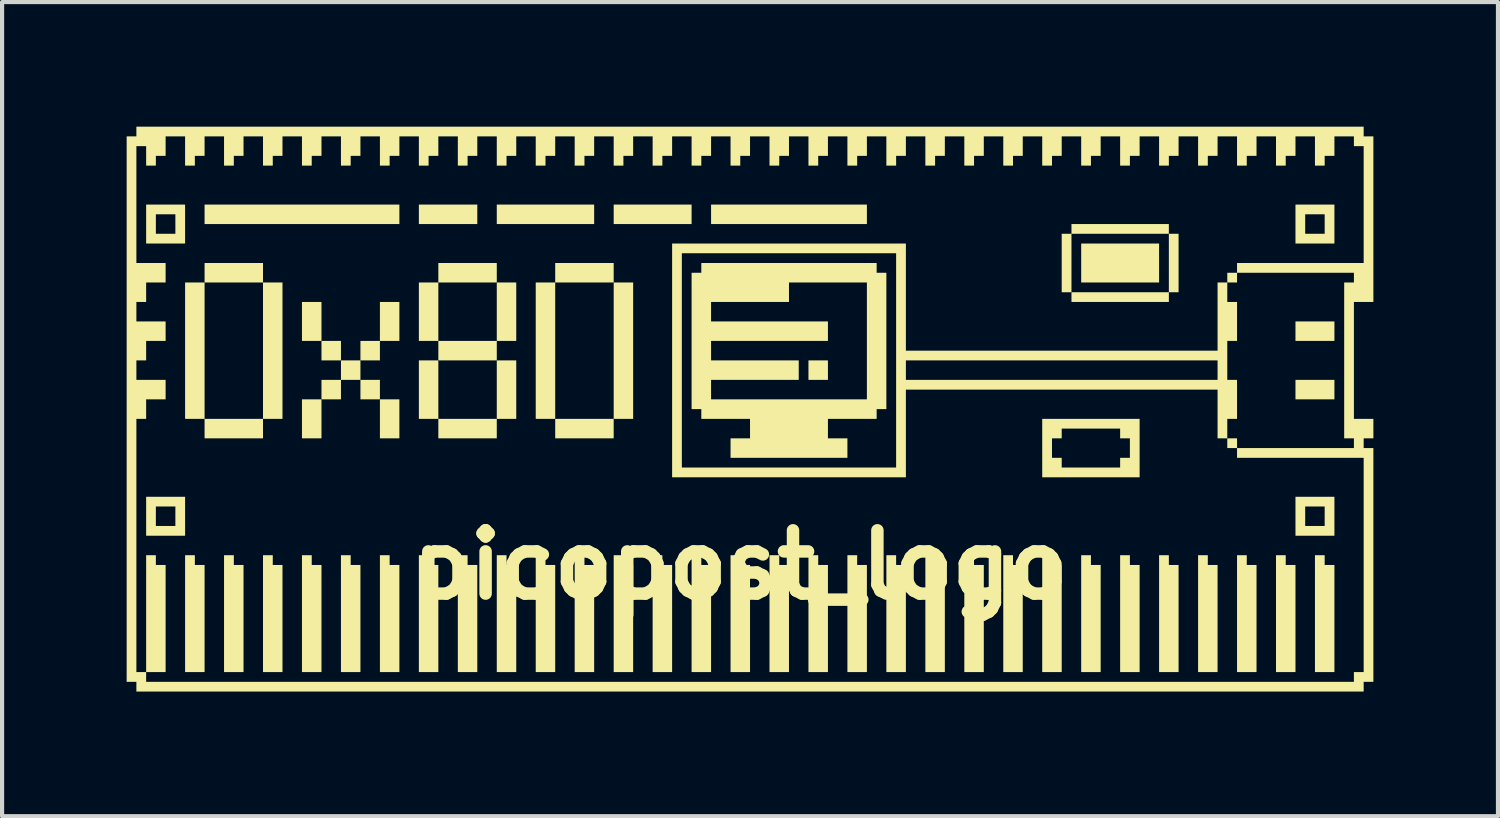
<source format=kicad_pcb>
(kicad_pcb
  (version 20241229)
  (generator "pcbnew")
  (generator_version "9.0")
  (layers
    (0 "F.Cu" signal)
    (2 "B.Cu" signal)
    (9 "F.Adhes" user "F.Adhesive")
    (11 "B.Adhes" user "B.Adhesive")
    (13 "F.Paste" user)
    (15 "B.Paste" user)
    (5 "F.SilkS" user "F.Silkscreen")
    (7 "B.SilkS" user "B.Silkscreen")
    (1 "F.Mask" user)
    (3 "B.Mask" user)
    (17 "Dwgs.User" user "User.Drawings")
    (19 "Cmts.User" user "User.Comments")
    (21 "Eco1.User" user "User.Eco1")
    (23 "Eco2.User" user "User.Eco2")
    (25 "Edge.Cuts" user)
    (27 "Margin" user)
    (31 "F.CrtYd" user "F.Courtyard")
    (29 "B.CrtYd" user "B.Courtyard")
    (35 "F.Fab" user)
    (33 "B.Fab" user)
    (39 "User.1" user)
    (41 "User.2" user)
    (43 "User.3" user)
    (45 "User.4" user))
  (footprint "picopost_logo"
    (layer "F.Cu")
    (at 15.01 6.801)
    (property "Reference" "picopost_logo" (at -0.235 3.753 0) (layer "F.SilkS") (effects (font (size 1.524 1.524) (thickness 0.3))))
    (attr board_only exclude_from_pos_files exclude_from_bom)
    (fp_poly (pts (xy -10.319 -1.642) (xy -10.789 -1.642) (xy -10.789 -2.58) (xy -10.319 -2.58)) (stroke (width 0) (type solid)) (fill yes) (layer "F.SilkS"))
    (fp_poly (pts (xy -10.319 0.704) (xy -10.789 0.704) (xy -10.789 -0.235) (xy -10.319 -0.235)) (stroke (width 0) (type solid)) (fill yes) (layer "F.SilkS"))
    (fp_poly (pts (xy -9.85 -1.173) (xy -10.319 -1.173) (xy -10.319 -1.642) (xy -9.85 -1.642)) (stroke (width 0) (type solid)) (fill yes) (layer "F.SilkS"))
    (fp_poly (pts (xy -9.85 -0.235) (xy -10.319 -0.235) (xy -10.319 -0.704) (xy -9.85 -0.704)) (stroke (width 0) (type solid)) (fill yes) (layer "F.SilkS"))
    (fp_poly (pts (xy -9.381 -0.704) (xy -9.85 -0.704) (xy -9.85 -1.173) (xy -9.381 -1.173)) (stroke (width 0) (type solid)) (fill yes) (layer "F.SilkS"))
    (fp_poly (pts (xy -8.912 -1.173) (xy -9.381 -1.173) (xy -9.381 -1.642) (xy -8.912 -1.642)) (stroke (width 0) (type solid)) (fill yes) (layer "F.SilkS"))
    (fp_poly (pts (xy -8.912 -0.235) (xy -9.381 -0.235) (xy -9.381 -0.704) (xy -8.912 -0.704)) (stroke (width 0) (type solid)) (fill yes) (layer "F.SilkS"))
    (fp_poly (pts (xy -8.443 -4.456) (xy -13.134 -4.456) (xy -13.134 -4.925) (xy -8.443 -4.925)) (stroke (width 0) (type solid)) (fill yes) (layer "F.SilkS"))
    (fp_poly (pts (xy -8.443 -1.642) (xy -8.912 -1.642) (xy -8.912 -2.58) (xy -8.443 -2.58)) (stroke (width 0) (type solid)) (fill yes) (layer "F.SilkS"))
    (fp_poly (pts (xy -8.443 0.704) (xy -8.912 0.704) (xy -8.912 -0.235) (xy -8.443 -0.235)) (stroke (width 0) (type solid)) (fill yes) (layer "F.SilkS"))
    (fp_poly (pts (xy -7.505 0.235) (xy -7.974 0.235) (xy -7.974 -1.173) (xy -7.505 -1.173)) (stroke (width 0) (type solid)) (fill yes) (layer "F.SilkS"))
    (fp_poly (pts (xy -6.567 -4.456) (xy -7.974 -4.456) (xy -7.974 -4.925) (xy -6.567 -4.925)) (stroke (width 0) (type solid)) (fill yes) (layer "F.SilkS"))
    (fp_poly (pts (xy -6.098 0.704) (xy -7.505 0.704) (xy -7.505 0.235) (xy -6.098 0.235)) (stroke (width 0) (type solid)) (fill yes) (layer "F.SilkS"))
    (fp_poly (pts (xy -5.629 0.235) (xy -6.098 0.235) (xy -6.098 -1.173) (xy -5.629 -1.173)) (stroke (width 0) (type solid)) (fill yes) (layer "F.SilkS"))
    (fp_poly (pts (xy -3.753 -4.456) (xy -6.098 -4.456) (xy -6.098 -4.925) (xy -3.753 -4.925)) (stroke (width 0) (type solid)) (fill yes) (layer "F.SilkS"))
    (fp_poly (pts (xy -1.407 -4.456) (xy -3.283 -4.456) (xy -3.283 -4.925) (xy -1.407 -4.925)) (stroke (width 0) (type solid)) (fill yes) (layer "F.SilkS"))
    (fp_poly (pts (xy 1.876 -0.704) (xy 1.407 -0.704) (xy 1.407 -1.173) (xy 1.876 -1.173)) (stroke (width 0) (type solid)) (fill yes) (layer "F.SilkS"))
    (fp_poly (pts (xy 2.814 -4.456) (xy -0.938 -4.456) (xy -0.938 -4.925) (xy 2.814 -4.925)) (stroke (width 0) (type solid)) (fill yes) (layer "F.SilkS"))
    (fp_poly (pts (xy 9.85 -3.049) (xy 7.974 -3.049) (xy 7.974 -3.987) (xy 9.85 -3.987)) (stroke (width 0) (type solid)) (fill yes) (layer "F.SilkS"))
    (fp_poly (pts (xy 11.727 -3.049) (xy 11.492 -3.049) (xy 11.492 -3.283) (xy 11.727 -3.283)) (stroke (width 0) (type solid)) (fill yes) (layer "F.SilkS"))
    (fp_poly (pts (xy 11.727 0.938) (xy 11.492 0.938) (xy 11.492 0.704) (xy 11.727 0.704)) (stroke (width 0) (type solid)) (fill yes) (layer "F.SilkS"))
    (fp_poly (pts (xy 14.072 -1.642) (xy 13.134 -1.642) (xy 13.134 -2.111) (xy 14.072 -2.111)) (stroke (width 0) (type solid)) (fill yes) (layer "F.SilkS"))
    (fp_poly (pts (xy 14.072 -0.235) (xy 13.134 -0.235) (xy 13.134 -0.704) (xy 14.072 -0.704)) (stroke (width 0) (type solid)) (fill yes) (layer "F.SilkS"))
    (fp_poly (pts (xy -14.307 3.753) (xy -14.072 3.753) (xy -14.072 6.332) (xy -14.541 6.332) (xy -14.541 3.518) (xy -14.307 3.518)) (stroke (width 0) (type solid)) (fill yes) (layer "F.SilkS"))
    (fp_poly (pts (xy -13.368 3.753) (xy -13.134 3.753) (xy -13.134 6.332) (xy -13.603 6.332) (xy -13.603 3.518) (xy -13.368 3.518)) (stroke (width 0) (type solid)) (fill yes) (layer "F.SilkS"))
    (fp_poly (pts (xy -12.43 3.753) (xy -12.196 3.753) (xy -12.196 6.332) (xy -12.665 6.332) (xy -12.665 3.518) (xy -12.43 3.518)) (stroke (width 0) (type solid)) (fill yes) (layer "F.SilkS"))
    (fp_poly (pts (xy -11.492 3.753) (xy -11.258 3.753) (xy -11.258 6.332) (xy -11.727 6.332) (xy -11.727 3.518) (xy -11.492 3.518)) (stroke (width 0) (type solid)) (fill yes) (layer "F.SilkS"))
    (fp_poly (pts (xy -10.554 3.753) (xy -10.319 3.753) (xy -10.319 6.332) (xy -10.789 6.332) (xy -10.789 3.518) (xy -10.554 3.518)) (stroke (width 0) (type solid)) (fill yes) (layer "F.SilkS"))
    (fp_poly (pts (xy -9.616 3.753) (xy -9.381 3.753) (xy -9.381 6.332) (xy -9.85 6.332) (xy -9.85 3.518) (xy -9.616 3.518)) (stroke (width 0) (type solid)) (fill yes) (layer "F.SilkS"))
    (fp_poly (pts (xy -8.678 3.753) (xy -8.443 3.753) (xy -8.443 6.332) (xy -8.912 6.332) (xy -8.912 3.518) (xy -8.678 3.518)) (stroke (width 0) (type solid)) (fill yes) (layer "F.SilkS"))
    (fp_poly (pts (xy -7.74 3.753) (xy -7.505 3.753) (xy -7.505 6.332) (xy -7.974 6.332) (xy -7.974 3.518) (xy -7.74 3.518)) (stroke (width 0) (type solid)) (fill yes) (layer "F.SilkS"))
    (fp_poly (pts (xy -6.801 3.753) (xy -6.567 3.753) (xy -6.567 6.332) (xy -7.036 6.332) (xy -7.036 3.518) (xy -6.801 3.518)) (stroke (width 0) (type solid)) (fill yes) (layer "F.SilkS"))
    (fp_poly (pts (xy -5.863 3.753) (xy -5.629 3.753) (xy -5.629 6.332) (xy -6.098 6.332) (xy -6.098 3.518) (xy -5.863 3.518)) (stroke (width 0) (type solid)) (fill yes) (layer "F.SilkS"))
    (fp_poly (pts (xy -4.925 3.753) (xy -4.691 3.753) (xy -4.691 6.332) (xy -5.16 6.332) (xy -5.16 3.518) (xy -4.925 3.518)) (stroke (width 0) (type solid)) (fill yes) (layer "F.SilkS"))
    (fp_poly (pts (xy -3.987 3.753) (xy -3.753 3.753) (xy -3.753 6.332) (xy -4.222 6.332) (xy -4.222 3.518) (xy -3.987 3.518)) (stroke (width 0) (type solid)) (fill yes) (layer "F.SilkS"))
    (fp_poly (pts (xy -3.049 3.753) (xy -2.814 3.753) (xy -2.814 6.332) (xy -3.283 6.332) (xy -3.283 3.518) (xy -3.049 3.518)) (stroke (width 0) (type solid)) (fill yes) (layer "F.SilkS"))
    (fp_poly (pts (xy -2.111 3.753) (xy -1.876 3.753) (xy -1.876 6.332) (xy -2.345 6.332) (xy -2.345 3.518) (xy -2.111 3.518)) (stroke (width 0) (type solid)) (fill yes) (layer "F.SilkS"))
    (fp_poly (pts (xy -1.173 3.753) (xy -0.938 3.753) (xy -0.938 6.332) (xy -1.407 6.332) (xy -1.407 3.518) (xy -1.173 3.518)) (stroke (width 0) (type solid)) (fill yes) (layer "F.SilkS"))
    (fp_poly (pts (xy -0.235 3.753) (xy 0 3.753) (xy 0 6.332) (xy -0.469 6.332) (xy -0.469 3.518) (xy -0.235 3.518)) (stroke (width 0) (type solid)) (fill yes) (layer "F.SilkS"))
    (fp_poly (pts (xy 0.704 3.753) (xy 0.938 3.753) (xy 0.938 6.332) (xy 0.469 6.332) (xy 0.469 3.518) (xy 0.704 3.518)) (stroke (width 0) (type solid)) (fill yes) (layer "F.SilkS"))
    (fp_poly (pts (xy 1.642 3.753) (xy 1.876 3.753) (xy 1.876 6.332) (xy 1.407 6.332) (xy 1.407 3.518) (xy 1.642 3.518)) (stroke (width 0) (type solid)) (fill yes) (layer "F.SilkS"))
    (fp_poly (pts (xy 2.58 3.753) (xy 2.814 3.753) (xy 2.814 6.332) (xy 2.345 6.332) (xy 2.345 3.518) (xy 2.58 3.518)) (stroke (width 0) (type solid)) (fill yes) (layer "F.SilkS"))
    (fp_poly (pts (xy 3.518 3.753) (xy 3.753 3.753) (xy 3.753 6.332) (xy 3.283 6.332) (xy 3.283 3.518) (xy 3.518 3.518)) (stroke (width 0) (type solid)) (fill yes) (layer "F.SilkS"))
    (fp_poly (pts (xy 4.456 3.753) (xy 4.691 3.753) (xy 4.691 6.332) (xy 4.222 6.332) (xy 4.222 3.518) (xy 4.456 3.518)) (stroke (width 0) (type solid)) (fill yes) (layer "F.SilkS"))
    (fp_poly (pts (xy 5.394 3.753) (xy 5.629 3.753) (xy 5.629 6.332) (xy 5.16 6.332) (xy 5.16 3.518) (xy 5.394 3.518)) (stroke (width 0) (type solid)) (fill yes) (layer "F.SilkS"))
    (fp_poly (pts (xy 6.332 3.753) (xy 6.567 3.753) (xy 6.567 6.332) (xy 6.098 6.332) (xy 6.098 3.518) (xy 6.332 3.518)) (stroke (width 0) (type solid)) (fill yes) (layer "F.SilkS"))
    (fp_poly (pts (xy 7.271 3.753) (xy 7.505 3.753) (xy 7.505 6.332) (xy 7.036 6.332) (xy 7.036 3.518) (xy 7.271 3.518)) (stroke (width 0) (type solid)) (fill yes) (layer "F.SilkS"))
    (fp_poly (pts (xy 8.209 3.753) (xy 8.443 3.753) (xy 8.443 6.332) (xy 7.974 6.332) (xy 7.974 3.518) (xy 8.209 3.518)) (stroke (width 0) (type solid)) (fill yes) (layer "F.SilkS"))
    (fp_poly (pts (xy 9.147 3.753) (xy 9.381 3.753) (xy 9.381 6.332) (xy 8.912 6.332) (xy 8.912 3.518) (xy 9.147 3.518)) (stroke (width 0) (type solid)) (fill yes) (layer "F.SilkS"))
    (fp_poly (pts (xy 10.085 3.753) (xy 10.319 3.753) (xy 10.319 6.332) (xy 9.85 6.332) (xy 9.85 3.518) (xy 10.085 3.518)) (stroke (width 0) (type solid)) (fill yes) (layer "F.SilkS"))
    (fp_poly (pts (xy 11.023 3.753) (xy 11.258 3.753) (xy 11.258 6.332) (xy 10.789 6.332) (xy 10.789 3.518) (xy 11.023 3.518)) (stroke (width 0) (type solid)) (fill yes) (layer "F.SilkS"))
    (fp_poly (pts (xy 11.961 3.753) (xy 12.196 3.753) (xy 12.196 6.332) (xy 11.727 6.332) (xy 11.727 3.518) (xy 11.961 3.518)) (stroke (width 0) (type solid)) (fill yes) (layer "F.SilkS"))
    (fp_poly (pts (xy 12.899 3.753) (xy 13.134 3.753) (xy 13.134 6.332) (xy 12.665 6.332) (xy 12.665 3.518) (xy 12.899 3.518)) (stroke (width 0) (type solid)) (fill yes) (layer "F.SilkS"))
    (fp_poly (pts (xy 13.837 3.753) (xy 14.072 3.753) (xy 14.072 6.332) (xy 13.603 6.332) (xy 13.603 3.518) (xy 13.837 3.518)) (stroke (width 0) (type solid)) (fill yes) (layer "F.SilkS"))
    (fp_poly (pts (xy -13.603 -3.987) (xy -14.541 -3.987) (xy -14.541 -4.222) (xy -14.307 -4.222) (xy -13.837 -4.222) (xy -13.837 -4.691) (xy -14.307 -4.691) (xy -14.307 -4.222) (xy -14.541 -4.222) (xy -14.541 -4.925) (xy -13.603 -4.925)) (stroke (width 0) (type solid)) (fill yes) (layer "F.SilkS"))
    (fp_poly (pts (xy -13.603 3.049) (xy -14.541 3.049) (xy -14.541 2.814) (xy -14.307 2.814) (xy -13.837 2.814) (xy -13.837 2.345) (xy -14.307 2.345) (xy -14.307 2.814) (xy -14.541 2.814) (xy -14.541 2.111) (xy -13.603 2.111)) (stroke (width 0) (type solid)) (fill yes) (layer "F.SilkS"))
    (fp_poly (pts (xy 14.072 -3.987) (xy 13.134 -3.987) (xy 13.134 -4.222) (xy 13.368 -4.222) (xy 13.837 -4.222) (xy 13.837 -4.691) (xy 13.368 -4.691) (xy 13.368 -4.222) (xy 13.134 -4.222) (xy 13.134 -4.925) (xy 14.072 -4.925)) (stroke (width 0) (type solid)) (fill yes) (layer "F.SilkS"))
    (fp_poly (pts (xy 14.072 3.049) (xy 13.134 3.049) (xy 13.134 2.814) (xy 13.368 2.814) (xy 13.837 2.814) (xy 13.837 2.345) (xy 13.368 2.345) (xy 13.368 2.814) (xy 13.134 2.814) (xy 13.134 2.111) (xy 14.072 2.111)) (stroke (width 0) (type solid)) (fill yes) (layer "F.SilkS"))
    (fp_poly (pts (xy -11.258 -3.049) (xy -11.258 0.235) (xy -11.727 0.235) (xy -11.727 0.704) (xy -13.134 0.704) (xy -13.134 0.235) (xy -11.727 0.235) (xy -11.727 -3.049) (xy -13.134 -3.049) (xy -13.134 0.235) (xy -13.603 0.235) (xy -13.603 -3.049) (xy -13.134 -3.049) (xy -13.134 -3.518) (xy -11.727 -3.518) (xy -11.727 -3.049)) (stroke (width 0) (type solid)) (fill yes) (layer "F.SilkS"))
    (fp_poly (pts (xy -5.629 -3.049) (xy -5.629 -1.642) (xy -6.098 -1.642) (xy -6.098 -1.173) (xy -7.505 -1.173) (xy -7.505 -1.642) (xy -6.098 -1.642) (xy -6.098 -3.049) (xy -7.505 -3.049) (xy -7.505 -1.642) (xy -7.974 -1.642) (xy -7.974 -3.049) (xy -7.505 -3.049) (xy -7.505 -3.518) (xy -6.098 -3.518) (xy -6.098 -3.049)) (stroke (width 0) (type solid)) (fill yes) (layer "F.SilkS"))
    (fp_poly (pts (xy -2.814 -3.049) (xy -2.814 0.235) (xy -3.283 0.235) (xy -3.283 0.704) (xy -4.691 0.704) (xy -4.691 0.235) (xy -3.283 0.235) (xy -3.283 -3.049) (xy -4.691 -3.049) (xy -4.691 0.235) (xy -5.16 0.235) (xy -5.16 -3.049) (xy -4.691 -3.049) (xy -4.691 -3.518) (xy -3.283 -3.518) (xy -3.283 -3.049)) (stroke (width 0) (type solid)) (fill yes) (layer "F.SilkS"))
    (fp_poly (pts (xy 10.319 -4.222) (xy 10.319 -2.814) (xy 10.085 -2.814) (xy 10.085 -2.58) (xy 7.74 -2.58) (xy 7.74 -2.814) (xy 10.085 -2.814) (xy 10.085 -4.222) (xy 7.74 -4.222) (xy 7.74 -2.814) (xy 7.505 -2.814) (xy 7.505 -4.222) (xy 7.74 -4.222) (xy 7.74 -4.456) (xy 10.085 -4.456) (xy 10.085 -4.222)) (stroke (width 0) (type solid)) (fill yes) (layer "F.SilkS"))
    (fp_poly (pts (xy 9.381 1.642) (xy 7.036 1.642) (xy 7.036 1.173) (xy 7.271 1.173) (xy 7.505 1.173) (xy 7.505 1.407) (xy 8.912 1.407) (xy 8.912 1.173) (xy 9.147 1.173) (xy 9.147 0.704) (xy 8.912 0.704) (xy 8.912 0.469) (xy 7.505 0.469) (xy 7.505 0.704) (xy 7.271 0.704) (xy 7.271 1.173) (xy 7.036 1.173) (xy 7.036 0.235) (xy 9.381 0.235)) (stroke (width 0) (type solid)) (fill yes) (layer "F.SilkS"))
    (fp_poly (pts (xy 3.753 -1.407) (xy 11.258 -1.407) (xy 11.258 -3.049) (xy 11.492 -3.049) (xy 11.492 -2.58) (xy 11.727 -2.58) (xy 11.727 -1.642) (xy 11.492 -1.642) (xy 11.492 -0.704) (xy 11.727 -0.704) (xy 11.727 0.235) (xy 11.492 0.235) (xy 11.492 0.704) (xy 11.258 0.704) (xy 11.258 -0.469) (xy 3.753 -0.469) (xy 3.753 1.642) (xy -1.876 1.642) (xy -1.876 1.407) (xy -1.642 1.407) (xy 3.518 1.407) (xy 3.518 -0.704) (xy 3.753 -0.704) (xy 11.258 -0.704) (xy 11.258 -1.173) (xy 3.753 -1.173) (xy 3.753 -0.704) (xy 3.518 -0.704) (xy 3.518 -3.753) (xy -1.642 -3.753) (xy -1.642 1.407) (xy -1.876 1.407) (xy -1.876 -3.987) (xy 3.753 -3.987)) (stroke (width 0) (type solid)) (fill yes) (layer "F.SilkS"))
    (fp_poly (pts (xy 3.049 -3.283) (xy 3.283 -3.283) (xy 3.283 0) (xy 3.049 0) (xy 3.049 0.235) (xy 1.876 0.235) (xy 1.876 0.704) (xy 2.345 0.704) (xy 2.345 1.173) (xy -0.469 1.173) (xy -0.469 0.704) (xy 0 0.704) (xy 0 0.235) (xy -1.173 0.235) (xy -1.173 0) (xy -1.407 0) (xy -1.407 -0.235) (xy -0.938 -0.235) (xy 2.814 -0.235) (xy 2.814 -3.049) (xy 0.938 -3.049) (xy 0.938 -2.58) (xy -0.938 -2.58) (xy -0.938 -2.111) (xy 1.876 -2.111) (xy 1.876 -1.642) (xy -0.938 -1.642) (xy -0.938 -1.173) (xy 1.173 -1.173) (xy 1.173 -0.704) (xy -0.938 -0.704) (xy -0.938 -0.235) (xy -1.407 -0.235) (xy -1.407 -3.283) (xy -1.173 -3.283) (xy -1.173 -3.518) (xy 3.049 -3.518)) (stroke (width 0) (type solid)) (fill yes) (layer "F.SilkS"))
    (fp_poly (pts (xy 14.776 -6.567) (xy 15.01 -6.567) (xy 15.01 -2.58) (xy 14.541 -2.58) (xy 14.541 0.235) (xy 15.01 0.235) (xy 15.01 0.704) (xy 14.776 0.704) (xy 14.776 0.938) (xy 15.01 0.938) (xy 15.01 6.567) (xy 14.776 6.567) (xy 14.776 6.801) (xy -14.776 6.801) (xy -14.776 6.567) (xy -15.01 6.567) (xy -15.01 6.332) (xy -14.776 6.332) (xy -14.541 6.332) (xy -14.541 6.567) (xy 14.541 6.567) (xy 14.541 6.332) (xy 14.776 6.332) (xy 14.776 1.173) (xy 11.727 1.173) (xy 11.727 0.938) (xy 14.541 0.938) (xy 14.541 0.704) (xy 14.307 0.704) (xy 14.307 -3.049) (xy 14.541 -3.049) (xy 14.541 -3.283) (xy 11.727 -3.283) (xy 11.727 -3.518) (xy 14.776 -3.518) (xy 14.776 -6.332) (xy 14.541 -6.332) (xy 14.541 -6.567) (xy 14.072 -6.567) (xy 14.072 -6.098) (xy 13.837 -6.098) (xy 13.837 -5.863) (xy 13.603 -5.863) (xy 13.603 -6.567) (xy 13.134 -6.567) (xy 13.134 -6.098) (xy 12.899 -6.098) (xy 12.899 -5.863) (xy 12.665 -5.863) (xy 12.665 -6.567) (xy 12.196 -6.567) (xy 12.196 -6.098) (xy 11.961 -6.098) (xy 11.961 -5.863) (xy 11.727 -5.863) (xy 11.727 -6.567) (xy 11.258 -6.567) (xy 11.258 -6.098) (xy 11.023 -6.098) (xy 11.023 -5.863) (xy 10.789 -5.863) (xy 10.789 -6.567) (xy 10.319 -6.567) (xy 10.319 -6.098) (xy 10.085 -6.098) (xy 10.085 -5.863) (xy 9.85 -5.863) (xy 9.85 -6.567) (xy 9.381 -6.567) (xy 9.381 -6.098) (xy 9.147 -6.098) (xy 9.147 -5.863) (xy 8.912 -5.863) (xy 8.912 -6.567) (xy 8.443 -6.567) (xy 8.443 -6.098) (xy 8.209 -6.098) (xy 8.209 -5.863) (xy 7.974 -5.863) (xy 7.974 -6.567) (xy 7.505 -6.567) (xy 7.505 -6.098) (xy 7.271 -6.098) (xy 7.271 -5.863) (xy 7.036 -5.863) (xy 7.036 -6.567) (xy 6.567 -6.567) (xy 6.567 -6.098) (xy 6.332 -6.098) (xy 6.332 -5.863) (xy 6.098 -5.863) (xy 6.098 -6.567) (xy 5.629 -6.567) (xy 5.629 -6.098) (xy 5.394 -6.098) (xy 5.394 -5.863) (xy 5.16 -5.863) (xy 5.16 -6.567) (xy 4.691 -6.567) (xy 4.691 -6.098) (xy 4.456 -6.098) (xy 4.456 -5.863) (xy 4.222 -5.863) (xy 4.222 -6.567) (xy 3.753 -6.567) (xy 3.753 -6.098) (xy 3.518 -6.098) (xy 3.518 -5.863) (xy 3.283 -5.863) (xy 3.283 -6.567) (xy 2.814 -6.567) (xy 2.814 -6.098) (xy 2.58 -6.098) (xy 2.58 -5.863) (xy 2.345 -5.863) (xy 2.345 -6.567) (xy 1.876 -6.567) (xy 1.876 -6.098) (xy 1.642 -6.098) (xy 1.642 -5.863) (xy 1.407 -5.863) (xy 1.407 -6.567) (xy 0.938 -6.567) (xy 0.938 -6.098) (xy 0.704 -6.098) (xy 0.704 -5.863) (xy 0.469 -5.863) (xy 0.469 -6.567) (xy 0 -6.567) (xy 0 -6.098) (xy -0.235 -6.098) (xy -0.235 -5.863) (xy -0.469 -5.863) (xy -0.469 -6.567) (xy -0.938 -6.567) (xy -0.938 -6.098) (xy -1.173 -6.098) (xy -1.173 -5.863) (xy -1.407 -5.863) (xy -1.407 -6.567) (xy -1.876 -6.567) (xy -1.876 -6.098) (xy -2.111 -6.098) (xy -2.111 -5.863) (xy -2.345 -5.863) (xy -2.345 -6.567) (xy -2.814 -6.567) (xy -2.814 -6.098) (xy -3.049 -6.098) (xy -3.049 -5.863) (xy -3.283 -5.863) (xy -3.283 -6.567) (xy -3.753 -6.567) (xy -3.753 -6.098) (xy -3.987 -6.098) (xy -3.987 -5.863) (xy -4.222 -5.863) (xy -4.222 -6.567) (xy -4.691 -6.567) (xy -4.691 -6.098) (xy -4.925 -6.098) (xy -4.925 -5.863) (xy -5.16 -5.863) (xy -5.16 -6.567) (xy -5.629 -6.567) (xy -5.629 -6.098) (xy -5.863 -6.098) (xy -5.863 -5.863) (xy -6.098 -5.863) (xy -6.098 -6.567) (xy -6.567 -6.567) (xy -6.567 -6.098) (xy -6.801 -6.098) (xy -6.801 -5.863) (xy -7.036 -5.863) (xy -7.036 -6.567) (xy -7.505 -6.567) (xy -7.505 -6.098) (xy -7.74 -6.098) (xy -7.74 -5.863) (xy -7.974 -5.863) (xy -7.974 -6.567) (xy -8.443 -6.567) (xy -8.443 -6.098) (xy -8.678 -6.098) (xy -8.678 -5.863) (xy -8.912 -5.863) (xy -8.912 -6.567) (xy -9.381 -6.567) (xy -9.381 -6.098) (xy -9.616 -6.098) (xy -9.616 -5.863) (xy -9.85 -5.863) (xy -9.85 -6.567) (xy -10.319 -6.567) (xy -10.319 -6.098) (xy -10.554 -6.098) (xy -10.554 -5.863) (xy -10.789 -5.863) (xy -10.789 -6.567) (xy -11.258 -6.567) (xy -11.258 -6.098) (xy -11.492 -6.098) (xy -11.492 -5.863) (xy -11.727 -5.863) (xy -11.727 -6.567) (xy -12.196 -6.567) (xy -12.196 -6.098) (xy -12.43 -6.098) (xy -12.43 -5.863) (xy -12.665 -5.863) (xy -12.665 -6.567) (xy -13.134 -6.567) (xy -13.134 -6.098) (xy -13.368 -6.098) (xy -13.368 -5.863) (xy -13.603 -5.863) (xy -13.603 -6.567) (xy -14.072 -6.567) (xy -14.072 -6.098) (xy -14.307 -6.098) (xy -14.307 -5.863) (xy -14.541 -5.863) (xy -14.541 -6.332) (xy -14.776 -6.332) (xy -14.776 -3.518) (xy -14.072 -3.518) (xy -14.072 -3.049) (xy -14.541 -3.049) (xy -14.541 -2.58) (xy -14.776 -2.58) (xy -14.776 -2.111) (xy -14.072 -2.111) (xy -14.072 -1.642) (xy -14.541 -1.642) (xy -14.541 -1.173) (xy -14.776 -1.173) (xy -14.776 -0.704) (xy -14.072 -0.704) (xy -14.072 -0.235) (xy -14.541 -0.235) (xy -14.541 0.235) (xy -14.776 0.235) (xy -14.776 6.332) (xy -15.01 6.332) (xy -15.01 -6.567) (xy -14.776 -6.567) (xy -14.776 -6.801) (xy 14.776 -6.801)) (stroke (width 0) (type solid)) (fill yes) (layer "F.SilkS")))
  (gr_rect
    (start -3 -3)
    (end 33.02 16.603)
    (stroke (width 0.1) (type default))
    (fill no)
    (layer "Edge.Cuts")))
</source>
